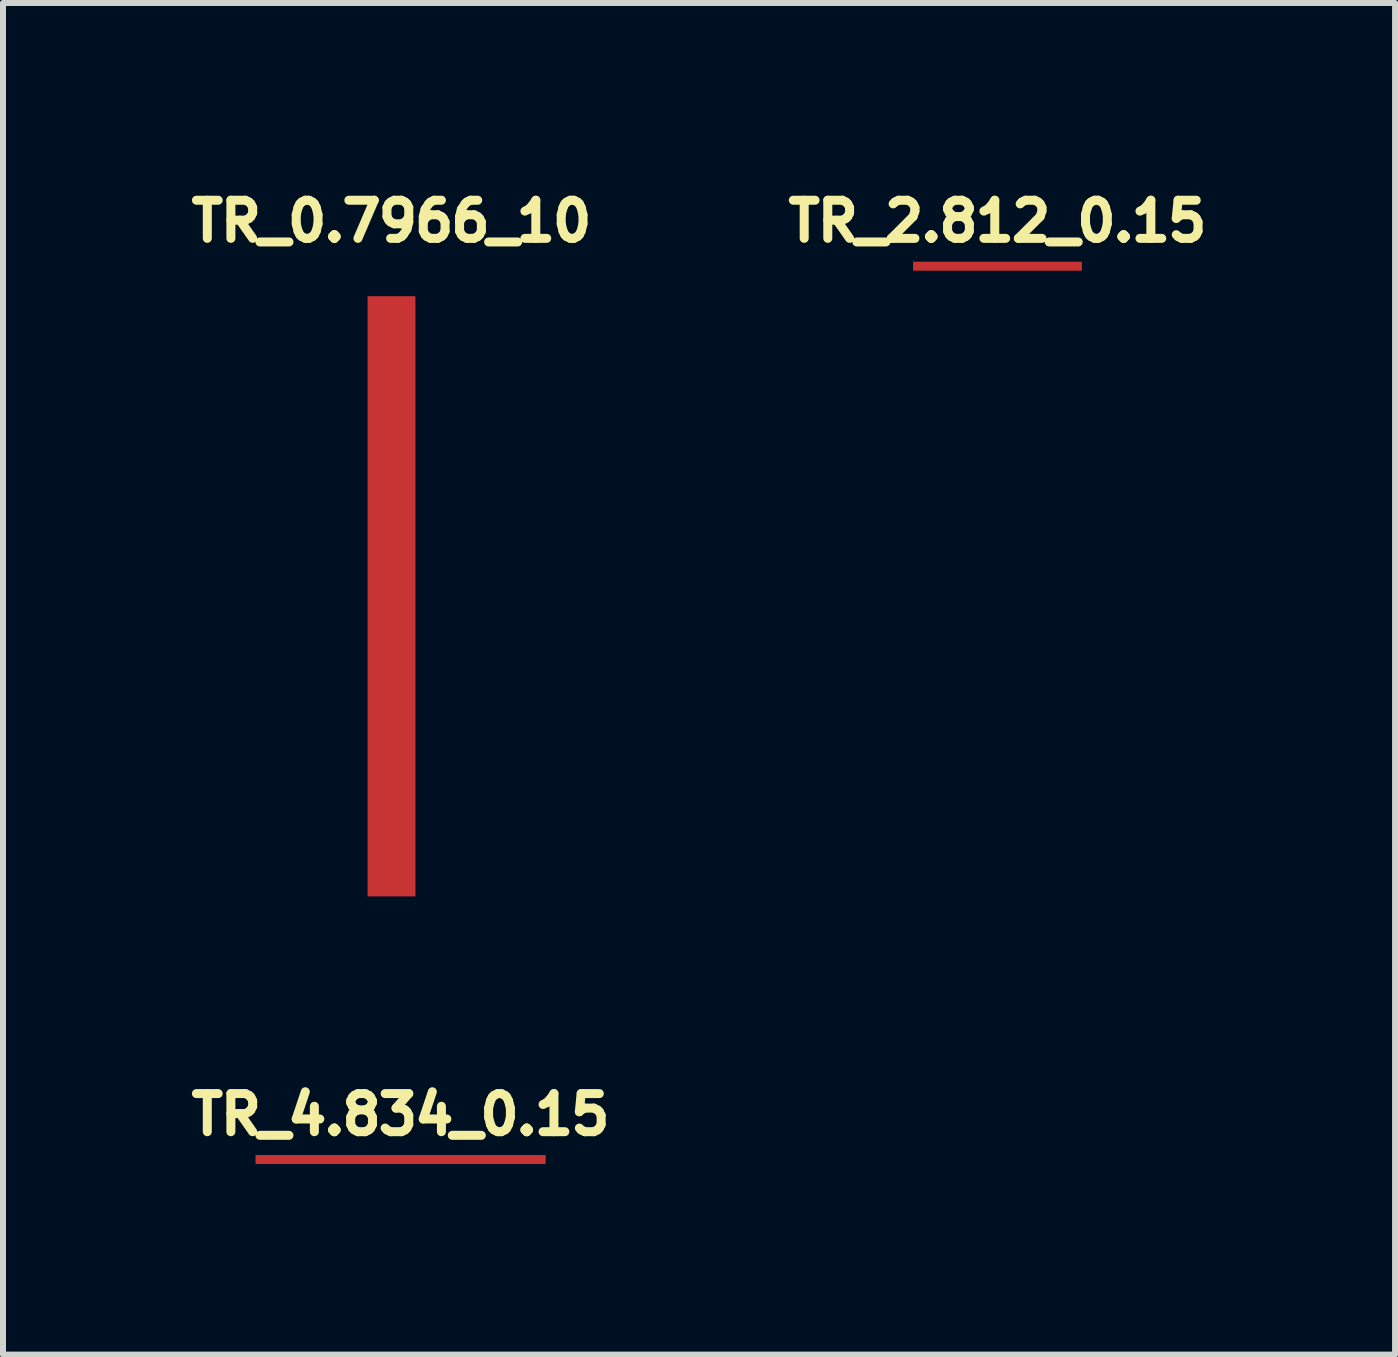
<source format=kicad_pcb>
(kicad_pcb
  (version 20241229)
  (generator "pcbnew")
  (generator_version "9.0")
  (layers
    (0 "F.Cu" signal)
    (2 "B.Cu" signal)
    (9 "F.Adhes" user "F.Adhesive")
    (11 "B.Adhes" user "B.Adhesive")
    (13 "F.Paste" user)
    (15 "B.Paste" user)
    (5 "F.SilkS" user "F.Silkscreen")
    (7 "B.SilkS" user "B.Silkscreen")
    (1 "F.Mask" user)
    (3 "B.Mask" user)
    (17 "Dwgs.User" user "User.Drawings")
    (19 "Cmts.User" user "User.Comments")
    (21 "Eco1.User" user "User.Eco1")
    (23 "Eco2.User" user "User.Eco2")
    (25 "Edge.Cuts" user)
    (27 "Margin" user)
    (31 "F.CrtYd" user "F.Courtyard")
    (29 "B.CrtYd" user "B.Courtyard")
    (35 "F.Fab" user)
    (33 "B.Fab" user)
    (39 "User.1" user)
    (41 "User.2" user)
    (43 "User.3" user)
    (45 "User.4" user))
  (footprint "TR_4.834_0.15"
    (layer "F.Cu")
    (at 3.624 16.269)
    (property "Reference" "TR_4.834_0.15" (at 0 -0.75 0) (layer "F.SilkS") (effects (font (size 0.635 0.635) (thickness 0.15))))
    (attr through_hole)
    (pad "1" smd rect (at 0 0) (size 4.834 0.15) (layers "F.Cu" "F.Mask" "F.Paste")))
  (footprint "TR_2.812_0.15"
    (layer "F.Cu")
    (at 13.569 1.385)
    (property "Reference" "TR_2.812_0.15" (at 0 -0.75 0) (layer "F.SilkS") (effects (font (size 0.635 0.635) (thickness 0.15))))
    (attr through_hole)
    (pad "1" smd rect (at 0 0) (size 2.812 0.15) (layers "F.Cu" "F.Mask" "F.Paste")))
  (footprint "TR_0.7966_10"
    (layer "F.Cu")
    (at 3.473 6.885)
    (property "Reference" "TR_0.7966_10" (at 0 -6.25 0) (layer "F.SilkS") (effects (font (size 0.635 0.635) (thickness 0.15))))
    (attr through_hole)
    (pad "1" smd rect (at 0 0) (size 0.797 10) (layers "F.Cu" "F.Mask" "F.Paste")))
  (gr_rect
    (start -3 -3)
    (end 20.193 19.519)
    (stroke (width 0.1) (type default))
    (fill no)
    (layer "Edge.Cuts")))
</source>
